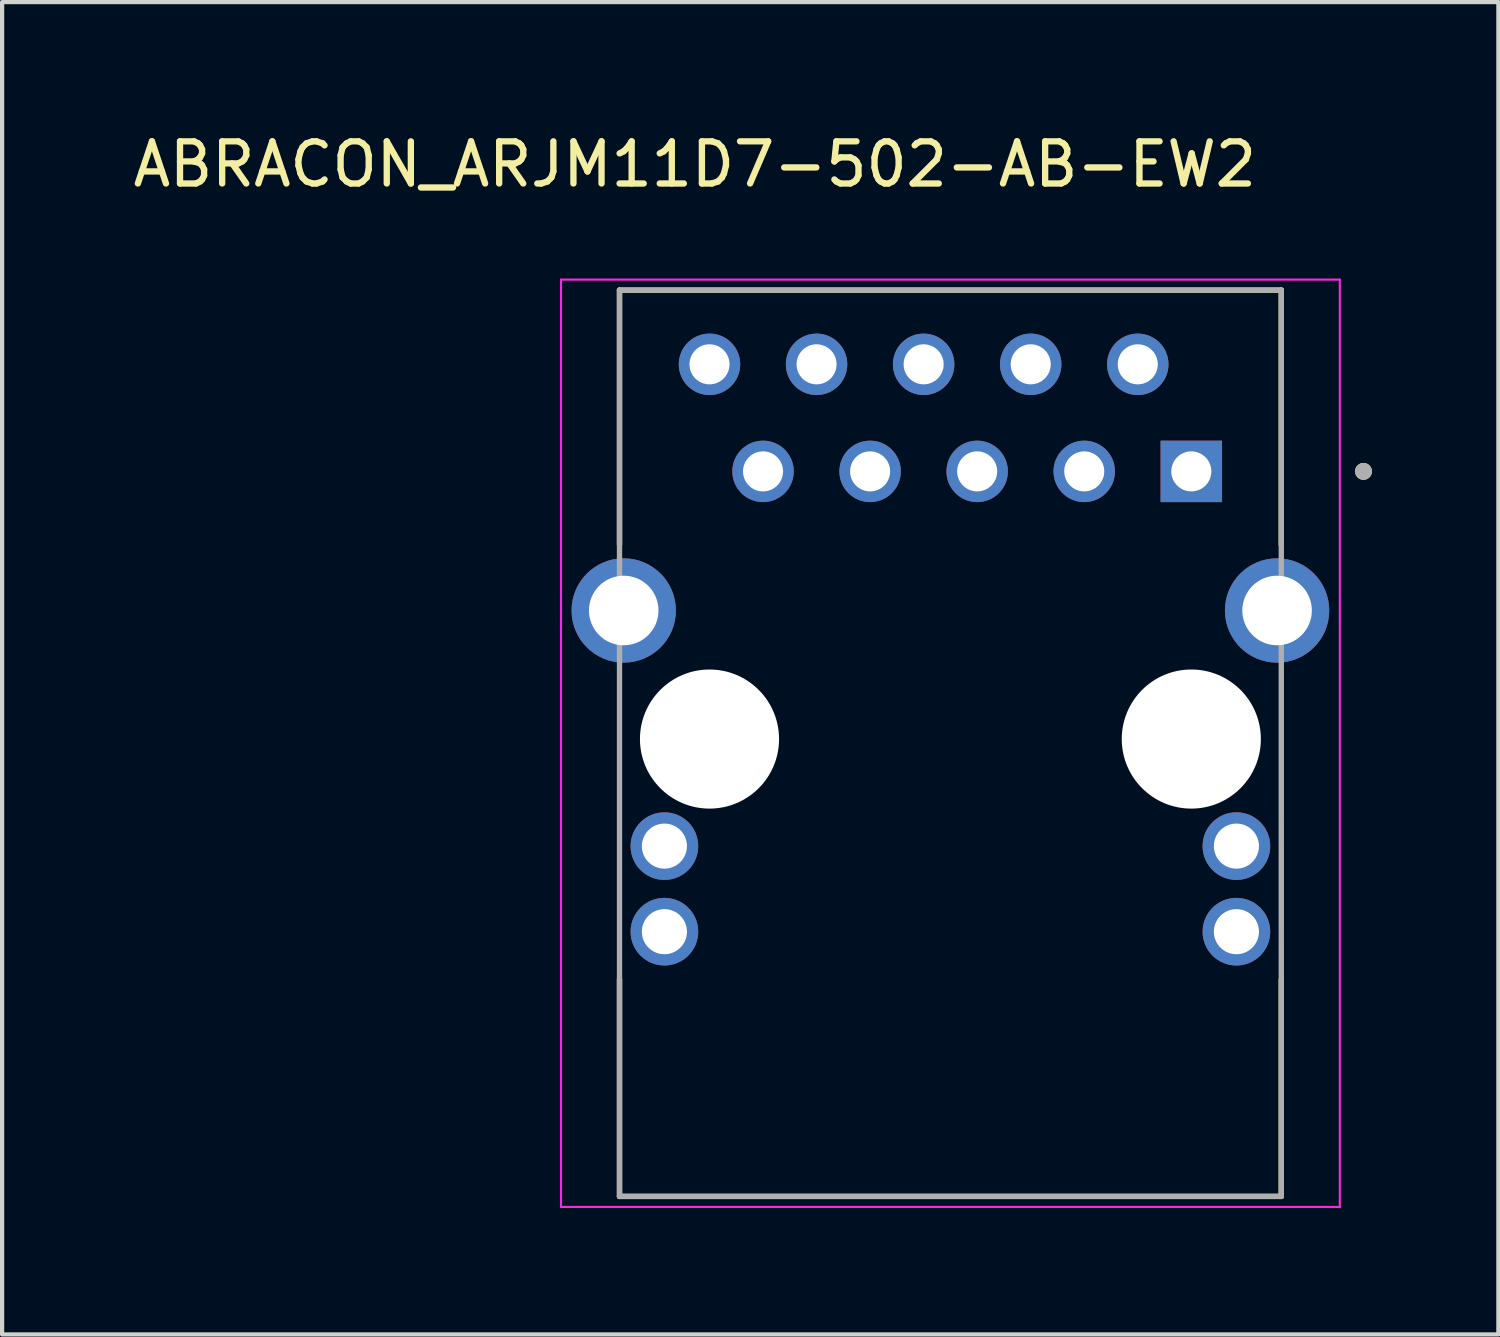
<source format=kicad_pcb>
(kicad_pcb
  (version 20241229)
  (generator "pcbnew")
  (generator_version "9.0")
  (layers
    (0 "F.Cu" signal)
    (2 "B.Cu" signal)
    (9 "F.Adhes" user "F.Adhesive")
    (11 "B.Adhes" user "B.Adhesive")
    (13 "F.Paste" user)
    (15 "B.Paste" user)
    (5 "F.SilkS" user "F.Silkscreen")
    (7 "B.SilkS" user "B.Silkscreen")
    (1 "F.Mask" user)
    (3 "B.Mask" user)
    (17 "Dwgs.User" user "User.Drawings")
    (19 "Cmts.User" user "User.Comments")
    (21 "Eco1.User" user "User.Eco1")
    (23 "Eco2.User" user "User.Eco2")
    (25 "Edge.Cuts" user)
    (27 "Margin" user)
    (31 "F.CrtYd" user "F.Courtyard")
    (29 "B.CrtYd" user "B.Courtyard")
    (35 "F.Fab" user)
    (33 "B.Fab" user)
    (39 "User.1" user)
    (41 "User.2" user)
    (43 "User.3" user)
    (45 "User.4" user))
  (footprint "ABRACON_ARJM11D7-502-AB-EW2"
    (layer "F.Cu")
    (at 19.497 14.483)
    (property "Reference" "ABRACON_ARJM11D7-502-AB-EW2" (at -6.062 -13.635 0) (layer "F.SilkS") (effects (font (size 1 1) (thickness 0.15))))
    (attr through_hole)
    (fp_line (start -7.85 -10.65) (end -7.85 -4.61) (stroke (width 0.127) (type solid)) (layer "F.SilkS"))
    (fp_line (start -7.85 -10.65) (end 7.85 -10.65) (stroke (width 0.127) (type solid)) (layer "F.SilkS"))
    (fp_line (start -7.85 10.85) (end -7.85 5.7) (stroke (width 0.127) (type solid)) (layer "F.SilkS"))
    (fp_line (start -7.85 10.85) (end 7.85 10.85) (stroke (width 0.127) (type solid)) (layer "F.SilkS"))
    (fp_line (start 7.85 -10.65) (end 7.85 -4.61) (stroke (width 0.127) (type solid)) (layer "F.SilkS"))
    (fp_line (start 7.85 10.85) (end 7.85 5.7) (stroke (width 0.127) (type solid)) (layer "F.SilkS"))
    (fp_circle (center 9.8 -6.35) (end 9.9 -6.35) (stroke (width 0.2) (type solid)) (fill no) (layer "F.SilkS"))
    (fp_line (start -9.238 -10.9) (end -9.238 11.1) (stroke (width 0.05) (type solid)) (layer "F.CrtYd"))
    (fp_line (start -9.238 11.1) (end 9.238 11.1) (stroke (width 0.05) (type solid)) (layer "F.CrtYd"))
    (fp_line (start 9.238 -10.9) (end -9.238 -10.9) (stroke (width 0.05) (type solid)) (layer "F.CrtYd"))
    (fp_line (start 9.238 11.1) (end 9.238 -10.9) (stroke (width 0.05) (type solid)) (layer "F.CrtYd"))
    (fp_line (start -7.85 -10.65) (end -7.85 10.85) (stroke (width 0.127) (type solid)) (layer "F.Fab"))
    (fp_line (start -7.85 -10.65) (end 7.85 -10.65) (stroke (width 0.127) (type solid)) (layer "F.Fab"))
    (fp_line (start -7.85 10.85) (end 7.85 10.85) (stroke (width 0.127) (type solid)) (layer "F.Fab"))
    (fp_line (start 7.85 -10.65) (end 7.85 10.85) (stroke (width 0.127) (type solid)) (layer "F.Fab"))
    (fp_circle (center 9.8 -6.35) (end 9.9 -6.35) (stroke (width 0.2) (type solid)) (fill no) (layer "F.Fab"))
    (pad "" np_thru_hole circle (at -5.715 0) (size 3.3 3.3) (drill 3.3) (layers "*.Cu" "*.Mask"))
    (pad "" np_thru_hole circle (at 5.715 0) (size 3.3 3.3) (drill 3.3) (layers "*.Cu" "*.Mask"))
    (pad "P1" thru_hole rect (at 5.715 -6.35) (size 1.458 1.458) (drill 0.95) (layers "*.Cu" "*.Mask"))
    (pad "P2" thru_hole circle (at 4.445 -8.89) (size 1.458 1.458) (drill 0.95) (layers "*.Cu" "*.Mask"))
    (pad "P3" thru_hole circle (at 3.175 -6.35) (size 1.458 1.458) (drill 0.95) (layers "*.Cu" "*.Mask"))
    (pad "P4" thru_hole circle (at 1.905 -8.89) (size 1.458 1.458) (drill 0.95) (layers "*.Cu" "*.Mask"))
    (pad "P5" thru_hole circle (at 0.635 -6.35) (size 1.458 1.458) (drill 0.95) (layers "*.Cu" "*.Mask"))
    (pad "P6" thru_hole circle (at -0.635 -8.89) (size 1.458 1.458) (drill 0.95) (layers "*.Cu" "*.Mask"))
    (pad "P7" thru_hole circle (at -1.905 -6.35) (size 1.458 1.458) (drill 0.95) (layers "*.Cu" "*.Mask"))
    (pad "P8" thru_hole circle (at -3.175 -8.89) (size 1.458 1.458) (drill 0.95) (layers "*.Cu" "*.Mask"))
    (pad "P9" thru_hole circle (at -4.445 -6.35) (size 1.458 1.458) (drill 0.95) (layers "*.Cu" "*.Mask"))
    (pad "P10" thru_hole circle (at -5.715 -8.89) (size 1.458 1.458) (drill 0.95) (layers "*.Cu" "*.Mask"))
    (pad "P11" thru_hole circle (at -6.785 2.54) (size 1.605 1.605) (drill 1.07) (layers "*.Cu" "*.Mask"))
    (pad "P12" thru_hole circle (at -6.785 4.57) (size 1.605 1.605) (drill 1.07) (layers "*.Cu" "*.Mask"))
    (pad "P13" thru_hole circle (at 6.785 2.54) (size 1.605 1.605) (drill 1.07) (layers "*.Cu" "*.Mask"))
    (pad "P14" thru_hole circle (at 6.785 4.57) (size 1.605 1.605) (drill 1.07) (layers "*.Cu" "*.Mask"))
    (pad "S1" thru_hole circle (at 7.75 -3.05) (size 2.475 2.475) (drill 1.65) (layers "*.Cu" "*.Mask"))
    (pad "S2" thru_hole circle (at -7.75 -3.05) (size 2.475 2.475) (drill 1.65) (layers "*.Cu" "*.Mask")))
  (gr_rect
    (start -3 -3)
    (end 32.497 28.608)
    (stroke (width 0.1) (type default))
    (fill no)
    (layer "Edge.Cuts")))
</source>
